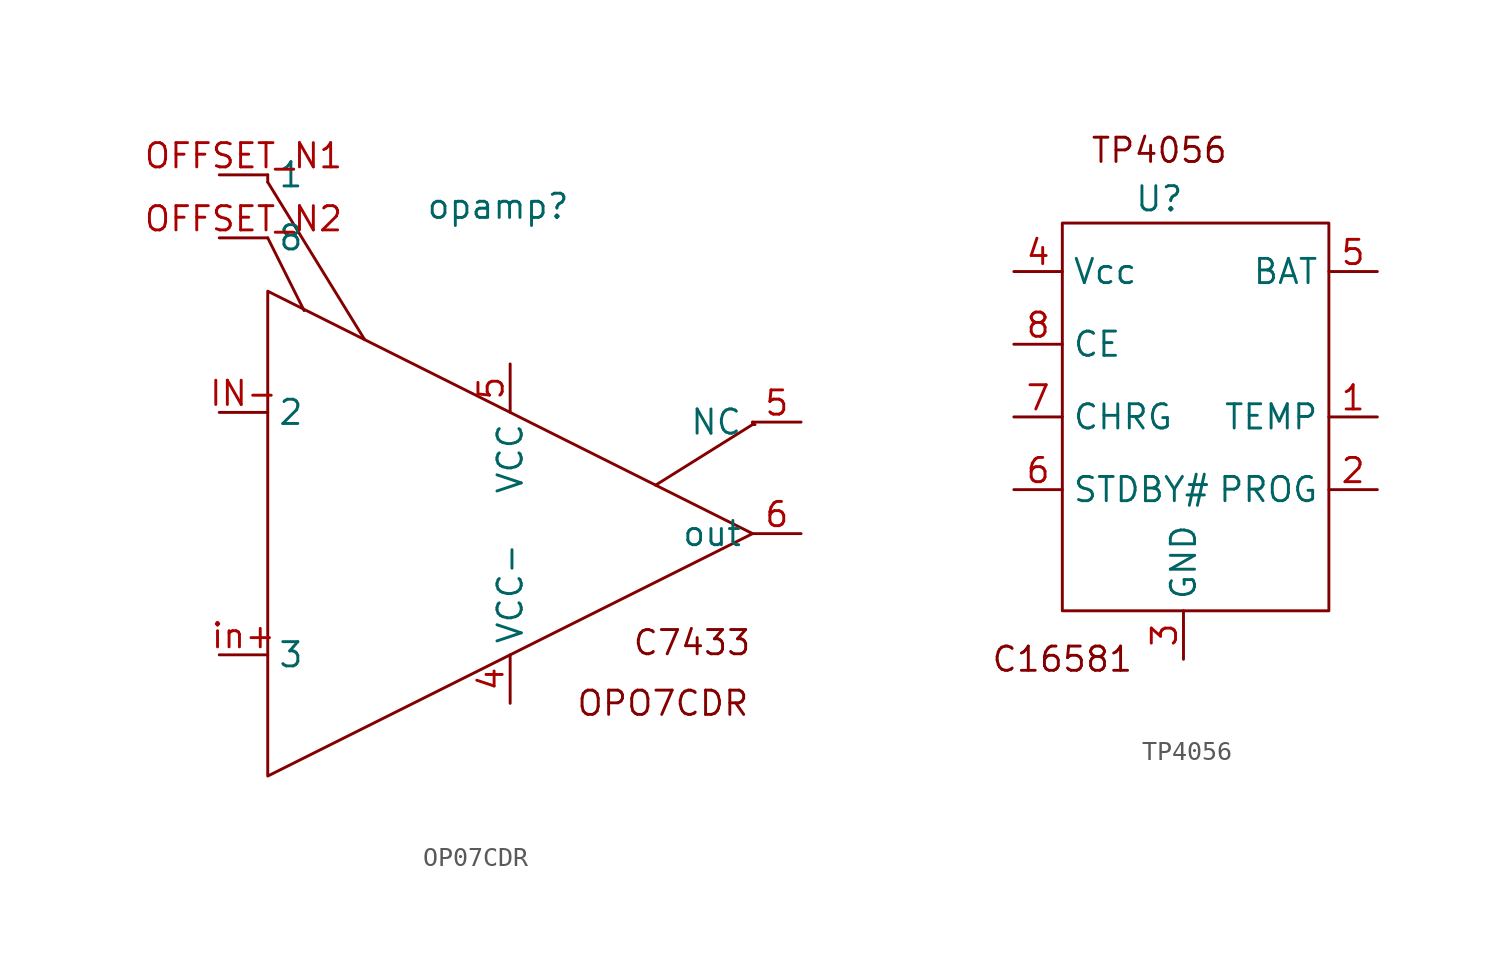
<source format=kicad_sym>
(kicad_symbol_lib
  (version 20220914)
  (generator kicad_symbol_editor)
  (symbol "OP07CDR"
    (property "Reference" "opamp"
      (at -0.635 17.145 0)
      (effects (font (size 1.27 1.27))))
    (property "Value" ""
      (at 0 0 0)
      (effects (font (size 1.27 1.27))))
    (symbol "OP07CDR_0_1"
      (polyline (pts (xy -12.7 15.494) (xy -10.795 11.684)) (stroke (width 0) (type default)) (fill (type none)))
      (polyline (pts (xy -12.7 18.415) (xy -12.7 18.796)) (stroke (width 0) (type default)) (fill (type none)))
      (polyline (pts (xy -7.62 10.16) (xy -12.7 18.415)) (stroke (width 0) (type default)) (fill (type none)))
      (polyline (pts (xy 7.62 2.54) (xy 12.7 5.715)) (stroke (width 0) (type default)) (fill (type none)))
      (polyline (pts (xy 12.7 5.842) (xy 12.7 5.715) (xy 12.827 5.715)) (stroke (width 0) (type default)) (fill (type none)))
      (polyline (pts (xy -12.7 12.7) (xy -12.7 -12.7) (xy 12.7 0) (xy -12.7 12.7)) (stroke (width 0) (type default)) (fill (type none)))
      (text "C7433" (at 9.525 -5.715 0) (effects (font (size 1.27 1.27))))
      (text "OPO7CDR" (at 8.001 -8.89 0) (effects (font (size 1.27 1.27)))))
    (symbol "OP07CDR_1_1"
      (pin input line (at 0 -8.89 90) (length 2.54) (name "VCC-" (effects (font (size 1.27 1.27)))) (number "4" (effects (font (size 1.27 1.27)))))
      (pin input line (at 15.24 5.842 180) (length 2.54) (name "NC" (effects (font (size 1.27 1.27)))) (number "5" (effects (font (size 1.27 1.27)))))
      (pin input line (at 0 8.89 270) (length 2.54) (name "VCC" (effects (font (size 1.27 1.27)))) (number "5" (effects (font (size 1.27 1.27)))))
      (pin input line (at 15.24 0 180) (length 2.54) (name "out" (effects (font (size 1.27 1.27)))) (number "6" (effects (font (size 1.27 1.27)))))
      (pin input line (at -15.24 6.35 0) (length 2.54) (name "2" (effects (font (size 1.27 1.27)))) (number "IN-" (effects (font (size 1.27 1.27)))))
      (pin input line (at -15.24 18.796 0) (length 2.54) (name "1" (effects (font (size 1.27 1.27)))) (number "OFFSET_N1" (effects (font (size 1.27 1.27)))))
      (pin input line (at -15.24 15.494 0) (length 2.54) (name "8" (effects (font (size 1.27 1.27)))) (number "OFFSET_N2" (effects (font (size 1.27 1.27)))))
      (pin input line (at -15.24 -6.35 0) (length 2.54) (name "3" (effects (font (size 1.27 1.27)))) (number "in+" (effects (font (size 1.27 1.27)))))))
  (symbol "TP4056"
    (property "Reference" "U"
      (at -1.27 8.89 0)
      (effects (font (size 1.27 1.27))))
    (property "Value" ""
      (at 0 0 0)
      (effects (font (size 1.27 1.27))))
    (symbol "TP4056_0_1"
      (rectangle (start -6.35 7.62) (end 7.62 -12.7) (stroke (width 0) (type default)) (fill (type none)))
      (text "C16581" (at -6.35 -15.24 0) (effects (font (size 1.27 1.27))))
      (text "TP4056" (at -1.27 11.43 0) (effects (font (size 1.27 1.27)))))
    (symbol "TP4056_1_1"
      (pin input line (at 10.16 -2.54 180) (length 2.54) (name "TEMP" (effects (font (size 1.27 1.27)))) (number "1" (effects (font (size 1.27 1.27)))))
      (pin input line (at 10.16 -6.35 180) (length 2.54) (name "PROG" (effects (font (size 1.27 1.27)))) (number "2" (effects (font (size 1.27 1.27)))))
      (pin input line (at 0 -15.24 90) (length 2.54) (name "GND" (effects (font (size 1.27 1.27)))) (number "3" (effects (font (size 1.27 1.27)))))
      (pin input line (at -8.89 5.08 0) (length 2.54) (name "Vcc" (effects (font (size 1.27 1.27)))) (number "4" (effects (font (size 1.27 1.27)))))
      (pin input line (at 10.16 5.08 180) (length 2.54) (name "BAT" (effects (font (size 1.27 1.27)))) (number "5" (effects (font (size 1.27 1.27)))))
      (pin input line (at -8.89 -6.35 0) (length 2.54) (name "STDBY#" (effects (font (size 1.27 1.27)))) (number "6" (effects (font (size 1.27 1.27)))))
      (pin input line (at -8.89 -2.54 0) (length 2.54) (name "CHRG" (effects (font (size 1.27 1.27)))) (number "7" (effects (font (size 1.27 1.27)))))
      (pin input line (at -8.89 1.27 0) (length 2.54) (name "CE" (effects (font (size 1.27 1.27)))) (number "8" (effects (font (size 1.27 1.27))))))))
</source>
